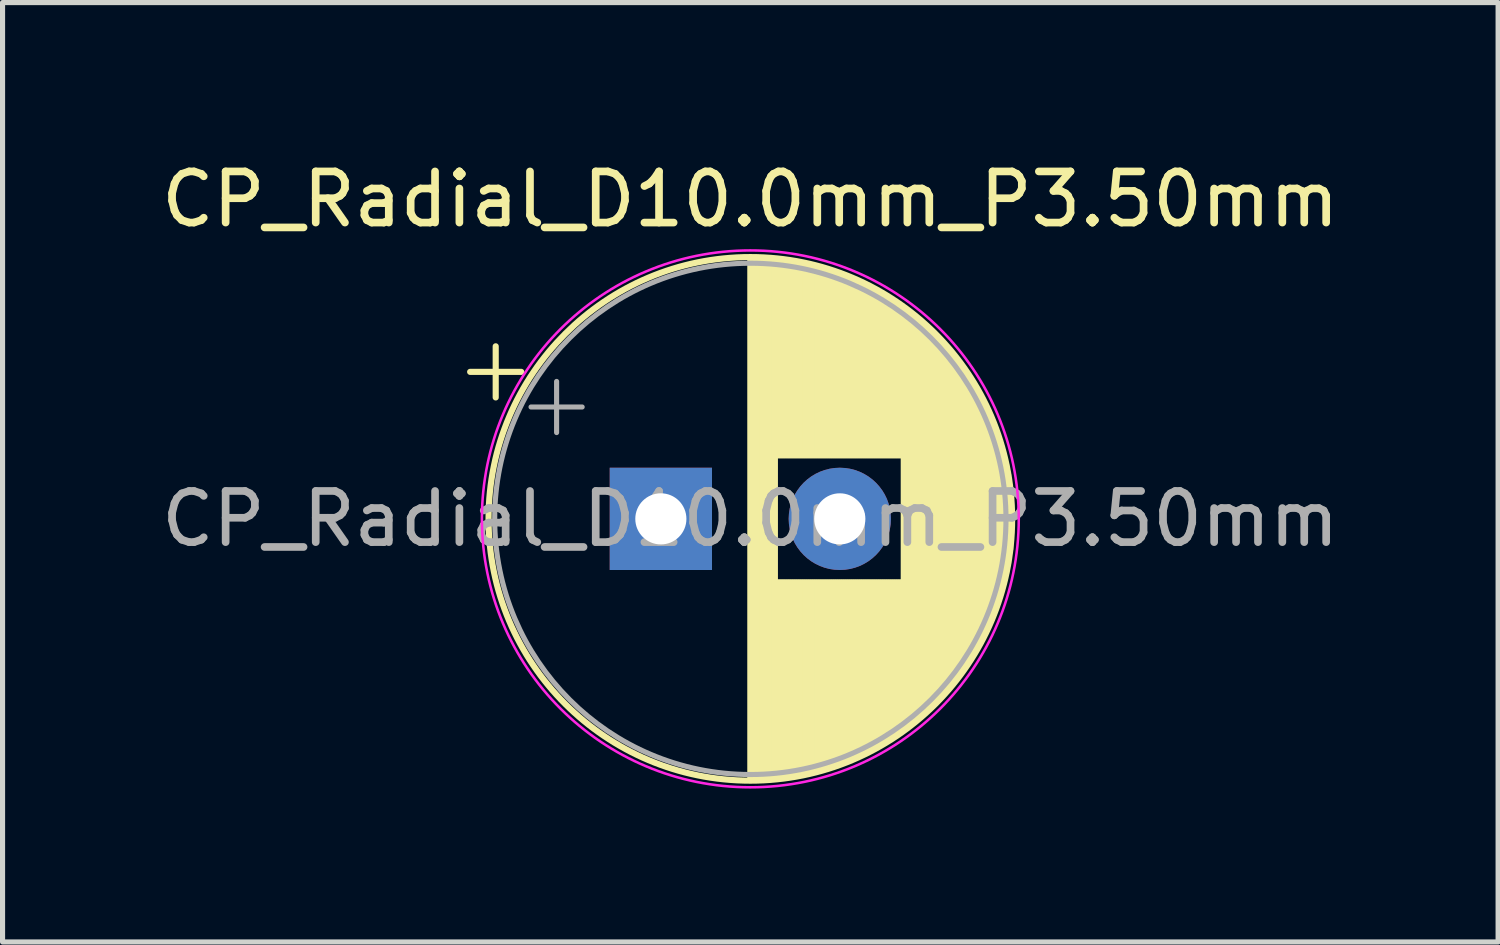
<source format=kicad_pcb>
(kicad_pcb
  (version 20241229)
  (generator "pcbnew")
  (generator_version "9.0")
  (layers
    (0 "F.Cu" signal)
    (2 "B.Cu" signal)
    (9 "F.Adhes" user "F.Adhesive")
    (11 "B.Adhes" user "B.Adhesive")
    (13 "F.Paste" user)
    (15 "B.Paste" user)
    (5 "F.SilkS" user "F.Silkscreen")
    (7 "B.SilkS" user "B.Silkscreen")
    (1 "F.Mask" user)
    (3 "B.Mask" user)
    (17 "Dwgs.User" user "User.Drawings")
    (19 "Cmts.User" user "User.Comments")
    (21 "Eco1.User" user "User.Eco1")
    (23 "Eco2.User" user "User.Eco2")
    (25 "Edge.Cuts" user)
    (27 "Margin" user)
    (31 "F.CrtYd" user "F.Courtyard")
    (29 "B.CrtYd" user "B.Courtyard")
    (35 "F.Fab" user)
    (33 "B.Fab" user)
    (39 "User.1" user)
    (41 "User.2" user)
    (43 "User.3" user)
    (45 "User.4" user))
  (footprint "CP_Radial_D10.0mm_P3.50mm"
    (layer "F.Cu")
    (at 9.875 7.098)
    (property "Reference" "CP_Radial_D10.0mm_P3.50mm" (at 1.75 -6.25 0) (layer "F.SilkS") (effects (font (size 1 1) (thickness 0.15))))
    (attr through_hole)
    (fp_line (start -3.73 -2.875) (end -2.73 -2.875) (stroke (width 0.12) (type solid)) (layer "F.SilkS"))
    (fp_line (start -3.23 -3.375) (end -3.23 -2.375) (stroke (width 0.12) (type solid)) (layer "F.SilkS"))
    (fp_line (start 1.75 -5.08) (end 1.75 5.08) (stroke (width 0.12) (type solid)) (layer "F.SilkS"))
    (fp_line (start 1.79 -5.08) (end 1.79 5.08) (stroke (width 0.12) (type solid)) (layer "F.SilkS"))
    (fp_line (start 1.83 -5.08) (end 1.83 5.08) (stroke (width 0.12) (type solid)) (layer "F.SilkS"))
    (fp_line (start 1.87 -5.079) (end 1.87 5.079) (stroke (width 0.12) (type solid)) (layer "F.SilkS"))
    (fp_line (start 1.91 -5.078) (end 1.91 5.078) (stroke (width 0.12) (type solid)) (layer "F.SilkS"))
    (fp_line (start 1.95 -5.077) (end 1.95 5.077) (stroke (width 0.12) (type solid)) (layer "F.SilkS"))
    (fp_line (start 1.99 -5.075) (end 1.99 5.075) (stroke (width 0.12) (type solid)) (layer "F.SilkS"))
    (fp_line (start 2.03 -5.073) (end 2.03 5.073) (stroke (width 0.12) (type solid)) (layer "F.SilkS"))
    (fp_line (start 2.07 -5.07) (end 2.07 5.07) (stroke (width 0.12) (type solid)) (layer "F.SilkS"))
    (fp_line (start 2.11 -5.068) (end 2.11 5.068) (stroke (width 0.12) (type solid)) (layer "F.SilkS"))
    (fp_line (start 2.15 -5.065) (end 2.15 5.065) (stroke (width 0.12) (type solid)) (layer "F.SilkS"))
    (fp_line (start 2.19 -5.062) (end 2.19 5.062) (stroke (width 0.12) (type solid)) (layer "F.SilkS"))
    (fp_line (start 2.23 -5.058) (end 2.23 5.058) (stroke (width 0.12) (type solid)) (layer "F.SilkS"))
    (fp_line (start 2.27 -5.054) (end 2.27 -1.241) (stroke (width 0.12) (type solid)) (layer "F.SilkS"))
    (fp_line (start 2.27 1.241) (end 2.27 5.054) (stroke (width 0.12) (type solid)) (layer "F.SilkS"))
    (fp_line (start 2.31 -5.05) (end 2.31 -1.241) (stroke (width 0.12) (type solid)) (layer "F.SilkS"))
    (fp_line (start 2.31 1.241) (end 2.31 5.05) (stroke (width 0.12) (type solid)) (layer "F.SilkS"))
    (fp_line (start 2.35 -5.045) (end 2.35 -1.241) (stroke (width 0.12) (type solid)) (layer "F.SilkS"))
    (fp_line (start 2.35 1.241) (end 2.35 5.045) (stroke (width 0.12) (type solid)) (layer "F.SilkS"))
    (fp_line (start 2.39 -5.04) (end 2.39 -1.241) (stroke (width 0.12) (type solid)) (layer "F.SilkS"))
    (fp_line (start 2.39 1.241) (end 2.39 5.04) (stroke (width 0.12) (type solid)) (layer "F.SilkS"))
    (fp_line (start 2.43 -5.035) (end 2.43 -1.241) (stroke (width 0.12) (type solid)) (layer "F.SilkS"))
    (fp_line (start 2.43 1.241) (end 2.43 5.035) (stroke (width 0.12) (type solid)) (layer "F.SilkS"))
    (fp_line (start 2.471 -5.03) (end 2.471 -1.241) (stroke (width 0.12) (type solid)) (layer "F.SilkS"))
    (fp_line (start 2.471 1.241) (end 2.471 5.03) (stroke (width 0.12) (type solid)) (layer "F.SilkS"))
    (fp_line (start 2.511 -5.024) (end 2.511 -1.241) (stroke (width 0.12) (type solid)) (layer "F.SilkS"))
    (fp_line (start 2.511 1.241) (end 2.511 5.024) (stroke (width 0.12) (type solid)) (layer "F.SilkS"))
    (fp_line (start 2.551 -5.018) (end 2.551 -1.241) (stroke (width 0.12) (type solid)) (layer "F.SilkS"))
    (fp_line (start 2.551 1.241) (end 2.551 5.018) (stroke (width 0.12) (type solid)) (layer "F.SilkS"))
    (fp_line (start 2.591 -5.011) (end 2.591 -1.241) (stroke (width 0.12) (type solid)) (layer "F.SilkS"))
    (fp_line (start 2.591 1.241) (end 2.591 5.011) (stroke (width 0.12) (type solid)) (layer "F.SilkS"))
    (fp_line (start 2.631 -5.004) (end 2.631 -1.241) (stroke (width 0.12) (type solid)) (layer "F.SilkS"))
    (fp_line (start 2.631 1.241) (end 2.631 5.004) (stroke (width 0.12) (type solid)) (layer "F.SilkS"))
    (fp_line (start 2.671 -4.997) (end 2.671 -1.241) (stroke (width 0.12) (type solid)) (layer "F.SilkS"))
    (fp_line (start 2.671 1.241) (end 2.671 4.997) (stroke (width 0.12) (type solid)) (layer "F.SilkS"))
    (fp_line (start 2.711 -4.99) (end 2.711 -1.241) (stroke (width 0.12) (type solid)) (layer "F.SilkS"))
    (fp_line (start 2.711 1.241) (end 2.711 4.99) (stroke (width 0.12) (type solid)) (layer "F.SilkS"))
    (fp_line (start 2.751 -4.982) (end 2.751 -1.241) (stroke (width 0.12) (type solid)) (layer "F.SilkS"))
    (fp_line (start 2.751 1.241) (end 2.751 4.982) (stroke (width 0.12) (type solid)) (layer "F.SilkS"))
    (fp_line (start 2.791 -4.974) (end 2.791 -1.241) (stroke (width 0.12) (type solid)) (layer "F.SilkS"))
    (fp_line (start 2.791 1.241) (end 2.791 4.974) (stroke (width 0.12) (type solid)) (layer "F.SilkS"))
    (fp_line (start 2.831 -4.965) (end 2.831 -1.241) (stroke (width 0.12) (type solid)) (layer "F.SilkS"))
    (fp_line (start 2.831 1.241) (end 2.831 4.965) (stroke (width 0.12) (type solid)) (layer "F.SilkS"))
    (fp_line (start 2.871 -4.956) (end 2.871 -1.241) (stroke (width 0.12) (type solid)) (layer "F.SilkS"))
    (fp_line (start 2.871 1.241) (end 2.871 4.956) (stroke (width 0.12) (type solid)) (layer "F.SilkS"))
    (fp_line (start 2.911 -4.947) (end 2.911 -1.241) (stroke (width 0.12) (type solid)) (layer "F.SilkS"))
    (fp_line (start 2.911 1.241) (end 2.911 4.947) (stroke (width 0.12) (type solid)) (layer "F.SilkS"))
    (fp_line (start 2.951 -4.938) (end 2.951 -1.241) (stroke (width 0.12) (type solid)) (layer "F.SilkS"))
    (fp_line (start 2.951 1.241) (end 2.951 4.938) (stroke (width 0.12) (type solid)) (layer "F.SilkS"))
    (fp_line (start 2.991 -4.928) (end 2.991 -1.241) (stroke (width 0.12) (type solid)) (layer "F.SilkS"))
    (fp_line (start 2.991 1.241) (end 2.991 4.928) (stroke (width 0.12) (type solid)) (layer "F.SilkS"))
    (fp_line (start 3.031 -4.918) (end 3.031 -1.241) (stroke (width 0.12) (type solid)) (layer "F.SilkS"))
    (fp_line (start 3.031 1.241) (end 3.031 4.918) (stroke (width 0.12) (type solid)) (layer "F.SilkS"))
    (fp_line (start 3.071 -4.907) (end 3.071 -1.241) (stroke (width 0.12) (type solid)) (layer "F.SilkS"))
    (fp_line (start 3.071 1.241) (end 3.071 4.907) (stroke (width 0.12) (type solid)) (layer "F.SilkS"))
    (fp_line (start 3.111 -4.897) (end 3.111 -1.241) (stroke (width 0.12) (type solid)) (layer "F.SilkS"))
    (fp_line (start 3.111 1.241) (end 3.111 4.897) (stroke (width 0.12) (type solid)) (layer "F.SilkS"))
    (fp_line (start 3.151 -4.885) (end 3.151 -1.241) (stroke (width 0.12) (type solid)) (layer "F.SilkS"))
    (fp_line (start 3.151 1.241) (end 3.151 4.885) (stroke (width 0.12) (type solid)) (layer "F.SilkS"))
    (fp_line (start 3.191 -4.874) (end 3.191 -1.241) (stroke (width 0.12) (type solid)) (layer "F.SilkS"))
    (fp_line (start 3.191 1.241) (end 3.191 4.874) (stroke (width 0.12) (type solid)) (layer "F.SilkS"))
    (fp_line (start 3.231 -4.862) (end 3.231 -1.241) (stroke (width 0.12) (type solid)) (layer "F.SilkS"))
    (fp_line (start 3.231 1.241) (end 3.231 4.862) (stroke (width 0.12) (type solid)) (layer "F.SilkS"))
    (fp_line (start 3.271 -4.85) (end 3.271 -1.241) (stroke (width 0.12) (type solid)) (layer "F.SilkS"))
    (fp_line (start 3.271 1.241) (end 3.271 4.85) (stroke (width 0.12) (type solid)) (layer "F.SilkS"))
    (fp_line (start 3.311 -4.837) (end 3.311 -1.241) (stroke (width 0.12) (type solid)) (layer "F.SilkS"))
    (fp_line (start 3.311 1.241) (end 3.311 4.837) (stroke (width 0.12) (type solid)) (layer "F.SilkS"))
    (fp_line (start 3.351 -4.824) (end 3.351 -1.241) (stroke (width 0.12) (type solid)) (layer "F.SilkS"))
    (fp_line (start 3.351 1.241) (end 3.351 4.824) (stroke (width 0.12) (type solid)) (layer "F.SilkS"))
    (fp_line (start 3.391 -4.811) (end 3.391 -1.241) (stroke (width 0.12) (type solid)) (layer "F.SilkS"))
    (fp_line (start 3.391 1.241) (end 3.391 4.811) (stroke (width 0.12) (type solid)) (layer "F.SilkS"))
    (fp_line (start 3.431 -4.797) (end 3.431 -1.241) (stroke (width 0.12) (type solid)) (layer "F.SilkS"))
    (fp_line (start 3.431 1.241) (end 3.431 4.797) (stroke (width 0.12) (type solid)) (layer "F.SilkS"))
    (fp_line (start 3.471 -4.783) (end 3.471 -1.241) (stroke (width 0.12) (type solid)) (layer "F.SilkS"))
    (fp_line (start 3.471 1.241) (end 3.471 4.783) (stroke (width 0.12) (type solid)) (layer "F.SilkS"))
    (fp_line (start 3.511 -4.768) (end 3.511 -1.241) (stroke (width 0.12) (type solid)) (layer "F.SilkS"))
    (fp_line (start 3.511 1.241) (end 3.511 4.768) (stroke (width 0.12) (type solid)) (layer "F.SilkS"))
    (fp_line (start 3.551 -4.754) (end 3.551 -1.241) (stroke (width 0.12) (type solid)) (layer "F.SilkS"))
    (fp_line (start 3.551 1.241) (end 3.551 4.754) (stroke (width 0.12) (type solid)) (layer "F.SilkS"))
    (fp_line (start 3.591 -4.738) (end 3.591 -1.241) (stroke (width 0.12) (type solid)) (layer "F.SilkS"))
    (fp_line (start 3.591 1.241) (end 3.591 4.738) (stroke (width 0.12) (type solid)) (layer "F.SilkS"))
    (fp_line (start 3.631 -4.723) (end 3.631 -1.241) (stroke (width 0.12) (type solid)) (layer "F.SilkS"))
    (fp_line (start 3.631 1.241) (end 3.631 4.723) (stroke (width 0.12) (type solid)) (layer "F.SilkS"))
    (fp_line (start 3.671 -4.707) (end 3.671 -1.241) (stroke (width 0.12) (type solid)) (layer "F.SilkS"))
    (fp_line (start 3.671 1.241) (end 3.671 4.707) (stroke (width 0.12) (type solid)) (layer "F.SilkS"))
    (fp_line (start 3.711 -4.69) (end 3.711 -1.241) (stroke (width 0.12) (type solid)) (layer "F.SilkS"))
    (fp_line (start 3.711 1.241) (end 3.711 4.69) (stroke (width 0.12) (type solid)) (layer "F.SilkS"))
    (fp_line (start 3.751 -4.674) (end 3.751 -1.241) (stroke (width 0.12) (type solid)) (layer "F.SilkS"))
    (fp_line (start 3.751 1.241) (end 3.751 4.674) (stroke (width 0.12) (type solid)) (layer "F.SilkS"))
    (fp_line (start 3.791 -4.657) (end 3.791 -1.241) (stroke (width 0.12) (type solid)) (layer "F.SilkS"))
    (fp_line (start 3.791 1.241) (end 3.791 4.657) (stroke (width 0.12) (type solid)) (layer "F.SilkS"))
    (fp_line (start 3.831 -4.639) (end 3.831 -1.241) (stroke (width 0.12) (type solid)) (layer "F.SilkS"))
    (fp_line (start 3.831 1.241) (end 3.831 4.639) (stroke (width 0.12) (type solid)) (layer "F.SilkS"))
    (fp_line (start 3.871 -4.621) (end 3.871 -1.241) (stroke (width 0.12) (type solid)) (layer "F.SilkS"))
    (fp_line (start 3.871 1.241) (end 3.871 4.621) (stroke (width 0.12) (type solid)) (layer "F.SilkS"))
    (fp_line (start 3.911 -4.603) (end 3.911 -1.241) (stroke (width 0.12) (type solid)) (layer "F.SilkS"))
    (fp_line (start 3.911 1.241) (end 3.911 4.603) (stroke (width 0.12) (type solid)) (layer "F.SilkS"))
    (fp_line (start 3.951 -4.584) (end 3.951 -1.241) (stroke (width 0.12) (type solid)) (layer "F.SilkS"))
    (fp_line (start 3.951 1.241) (end 3.951 4.584) (stroke (width 0.12) (type solid)) (layer "F.SilkS"))
    (fp_line (start 3.991 -4.564) (end 3.991 -1.241) (stroke (width 0.12) (type solid)) (layer "F.SilkS"))
    (fp_line (start 3.991 1.241) (end 3.991 4.564) (stroke (width 0.12) (type solid)) (layer "F.SilkS"))
    (fp_line (start 4.031 -4.545) (end 4.031 -1.241) (stroke (width 0.12) (type solid)) (layer "F.SilkS"))
    (fp_line (start 4.031 1.241) (end 4.031 4.545) (stroke (width 0.12) (type solid)) (layer "F.SilkS"))
    (fp_line (start 4.071 -4.525) (end 4.071 -1.241) (stroke (width 0.12) (type solid)) (layer "F.SilkS"))
    (fp_line (start 4.071 1.241) (end 4.071 4.525) (stroke (width 0.12) (type solid)) (layer "F.SilkS"))
    (fp_line (start 4.111 -4.504) (end 4.111 -1.241) (stroke (width 0.12) (type solid)) (layer "F.SilkS"))
    (fp_line (start 4.111 1.241) (end 4.111 4.504) (stroke (width 0.12) (type solid)) (layer "F.SilkS"))
    (fp_line (start 4.151 -4.483) (end 4.151 -1.241) (stroke (width 0.12) (type solid)) (layer "F.SilkS"))
    (fp_line (start 4.151 1.241) (end 4.151 4.483) (stroke (width 0.12) (type solid)) (layer "F.SilkS"))
    (fp_line (start 4.191 -4.462) (end 4.191 -1.241) (stroke (width 0.12) (type solid)) (layer "F.SilkS"))
    (fp_line (start 4.191 1.241) (end 4.191 4.462) (stroke (width 0.12) (type solid)) (layer "F.SilkS"))
    (fp_line (start 4.231 -4.44) (end 4.231 -1.241) (stroke (width 0.12) (type solid)) (layer "F.SilkS"))
    (fp_line (start 4.231 1.241) (end 4.231 4.44) (stroke (width 0.12) (type solid)) (layer "F.SilkS"))
    (fp_line (start 4.271 -4.417) (end 4.271 -1.241) (stroke (width 0.12) (type solid)) (layer "F.SilkS"))
    (fp_line (start 4.271 1.241) (end 4.271 4.417) (stroke (width 0.12) (type solid)) (layer "F.SilkS"))
    (fp_line (start 4.311 -4.395) (end 4.311 -1.241) (stroke (width 0.12) (type solid)) (layer "F.SilkS"))
    (fp_line (start 4.311 1.241) (end 4.311 4.395) (stroke (width 0.12) (type solid)) (layer "F.SilkS"))
    (fp_line (start 4.351 -4.371) (end 4.351 -1.241) (stroke (width 0.12) (type solid)) (layer "F.SilkS"))
    (fp_line (start 4.351 1.241) (end 4.351 4.371) (stroke (width 0.12) (type solid)) (layer "F.SilkS"))
    (fp_line (start 4.391 -4.347) (end 4.391 -1.241) (stroke (width 0.12) (type solid)) (layer "F.SilkS"))
    (fp_line (start 4.391 1.241) (end 4.391 4.347) (stroke (width 0.12) (type solid)) (layer "F.SilkS"))
    (fp_line (start 4.431 -4.323) (end 4.431 -1.241) (stroke (width 0.12) (type solid)) (layer "F.SilkS"))
    (fp_line (start 4.431 1.241) (end 4.431 4.323) (stroke (width 0.12) (type solid)) (layer "F.SilkS"))
    (fp_line (start 4.471 -4.298) (end 4.471 -1.241) (stroke (width 0.12) (type solid)) (layer "F.SilkS"))
    (fp_line (start 4.471 1.241) (end 4.471 4.298) (stroke (width 0.12) (type solid)) (layer "F.SilkS"))
    (fp_line (start 4.511 -4.273) (end 4.511 -1.241) (stroke (width 0.12) (type solid)) (layer "F.SilkS"))
    (fp_line (start 4.511 1.241) (end 4.511 4.273) (stroke (width 0.12) (type solid)) (layer "F.SilkS"))
    (fp_line (start 4.551 -4.247) (end 4.551 -1.241) (stroke (width 0.12) (type solid)) (layer "F.SilkS"))
    (fp_line (start 4.551 1.241) (end 4.551 4.247) (stroke (width 0.12) (type solid)) (layer "F.SilkS"))
    (fp_line (start 4.591 -4.221) (end 4.591 -1.241) (stroke (width 0.12) (type solid)) (layer "F.SilkS"))
    (fp_line (start 4.591 1.241) (end 4.591 4.221) (stroke (width 0.12) (type solid)) (layer "F.SilkS"))
    (fp_line (start 4.631 -4.194) (end 4.631 -1.241) (stroke (width 0.12) (type solid)) (layer "F.SilkS"))
    (fp_line (start 4.631 1.241) (end 4.631 4.194) (stroke (width 0.12) (type solid)) (layer "F.SilkS"))
    (fp_line (start 4.671 -4.166) (end 4.671 -1.241) (stroke (width 0.12) (type solid)) (layer "F.SilkS"))
    (fp_line (start 4.671 1.241) (end 4.671 4.166) (stroke (width 0.12) (type solid)) (layer "F.SilkS"))
    (fp_line (start 4.711 -4.138) (end 4.711 -1.241) (stroke (width 0.12) (type solid)) (layer "F.SilkS"))
    (fp_line (start 4.711 1.241) (end 4.711 4.138) (stroke (width 0.12) (type solid)) (layer "F.SilkS"))
    (fp_line (start 4.751 -4.11) (end 4.751 4.11) (stroke (width 0.12) (type solid)) (layer "F.SilkS"))
    (fp_line (start 4.791 -4.08) (end 4.791 4.08) (stroke (width 0.12) (type solid)) (layer "F.SilkS"))
    (fp_line (start 4.831 -4.05) (end 4.831 4.05) (stroke (width 0.12) (type solid)) (layer "F.SilkS"))
    (fp_line (start 4.871 -4.02) (end 4.871 4.02) (stroke (width 0.12) (type solid)) (layer "F.SilkS"))
    (fp_line (start 4.911 -3.989) (end 4.911 3.989) (stroke (width 0.12) (type solid)) (layer "F.SilkS"))
    (fp_line (start 4.951 -3.957) (end 4.951 3.957) (stroke (width 0.12) (type solid)) (layer "F.SilkS"))
    (fp_line (start 4.991 -3.925) (end 4.991 3.925) (stroke (width 0.12) (type solid)) (layer "F.SilkS"))
    (fp_line (start 5.031 -3.892) (end 5.031 3.892) (stroke (width 0.12) (type solid)) (layer "F.SilkS"))
    (fp_line (start 5.071 -3.858) (end 5.071 3.858) (stroke (width 0.12) (type solid)) (layer "F.SilkS"))
    (fp_line (start 5.111 -3.824) (end 5.111 3.824) (stroke (width 0.12) (type solid)) (layer "F.SilkS"))
    (fp_line (start 5.151 -3.789) (end 5.151 3.789) (stroke (width 0.12) (type solid)) (layer "F.SilkS"))
    (fp_line (start 5.191 -3.753) (end 5.191 3.753) (stroke (width 0.12) (type solid)) (layer "F.SilkS"))
    (fp_line (start 5.231 -3.716) (end 5.231 3.716) (stroke (width 0.12) (type solid)) (layer "F.SilkS"))
    (fp_line (start 5.271 -3.679) (end 5.271 3.679) (stroke (width 0.12) (type solid)) (layer "F.SilkS"))
    (fp_line (start 5.311 -3.64) (end 5.311 3.64) (stroke (width 0.12) (type solid)) (layer "F.SilkS"))
    (fp_line (start 5.351 -3.601) (end 5.351 3.601) (stroke (width 0.12) (type solid)) (layer "F.SilkS"))
    (fp_line (start 5.391 -3.561) (end 5.391 3.561) (stroke (width 0.12) (type solid)) (layer "F.SilkS"))
    (fp_line (start 5.431 -3.52) (end 5.431 3.52) (stroke (width 0.12) (type solid)) (layer "F.SilkS"))
    (fp_line (start 5.471 -3.478) (end 5.471 3.478) (stroke (width 0.12) (type solid)) (layer "F.SilkS"))
    (fp_line (start 5.511 -3.436) (end 5.511 3.436) (stroke (width 0.12) (type solid)) (layer "F.SilkS"))
    (fp_line (start 5.551 -3.392) (end 5.551 3.392) (stroke (width 0.12) (type solid)) (layer "F.SilkS"))
    (fp_line (start 5.591 -3.347) (end 5.591 3.347) (stroke (width 0.12) (type solid)) (layer "F.SilkS"))
    (fp_line (start 5.631 -3.301) (end 5.631 3.301) (stroke (width 0.12) (type solid)) (layer "F.SilkS"))
    (fp_line (start 5.671 -3.254) (end 5.671 3.254) (stroke (width 0.12) (type solid)) (layer "F.SilkS"))
    (fp_line (start 5.711 -3.206) (end 5.711 3.206) (stroke (width 0.12) (type solid)) (layer "F.SilkS"))
    (fp_line (start 5.751 -3.156) (end 5.751 3.156) (stroke (width 0.12) (type solid)) (layer "F.SilkS"))
    (fp_line (start 5.791 -3.106) (end 5.791 3.106) (stroke (width 0.12) (type solid)) (layer "F.SilkS"))
    (fp_line (start 5.831 -3.054) (end 5.831 3.054) (stroke (width 0.12) (type solid)) (layer "F.SilkS"))
    (fp_line (start 5.871 -3) (end 5.871 3) (stroke (width 0.12) (type solid)) (layer "F.SilkS"))
    (fp_line (start 5.911 -2.945) (end 5.911 2.945) (stroke (width 0.12) (type solid)) (layer "F.SilkS"))
    (fp_line (start 5.951 -2.889) (end 5.951 2.889) (stroke (width 0.12) (type solid)) (layer "F.SilkS"))
    (fp_line (start 5.991 -2.83) (end 5.991 2.83) (stroke (width 0.12) (type solid)) (layer "F.SilkS"))
    (fp_line (start 6.031 -2.77) (end 6.031 2.77) (stroke (width 0.12) (type solid)) (layer "F.SilkS"))
    (fp_line (start 6.071 -2.709) (end 6.071 2.709) (stroke (width 0.12) (type solid)) (layer "F.SilkS"))
    (fp_line (start 6.111 -2.645) (end 6.111 2.645) (stroke (width 0.12) (type solid)) (layer "F.SilkS"))
    (fp_line (start 6.151 -2.579) (end 6.151 2.579) (stroke (width 0.12) (type solid)) (layer "F.SilkS"))
    (fp_line (start 6.191 -2.51) (end 6.191 2.51) (stroke (width 0.12) (type solid)) (layer "F.SilkS"))
    (fp_line (start 6.231 -2.439) (end 6.231 2.439) (stroke (width 0.12) (type solid)) (layer "F.SilkS"))
    (fp_line (start 6.271 -2.365) (end 6.271 2.365) (stroke (width 0.12) (type solid)) (layer "F.SilkS"))
    (fp_line (start 6.311 -2.289) (end 6.311 2.289) (stroke (width 0.12) (type solid)) (layer "F.SilkS"))
    (fp_line (start 6.351 -2.209) (end 6.351 2.209) (stroke (width 0.12) (type solid)) (layer "F.SilkS"))
    (fp_line (start 6.391 -2.125) (end 6.391 2.125) (stroke (width 0.12) (type solid)) (layer "F.SilkS"))
    (fp_line (start 6.431 -2.037) (end 6.431 2.037) (stroke (width 0.12) (type solid)) (layer "F.SilkS"))
    (fp_line (start 6.471 -1.944) (end 6.471 1.944) (stroke (width 0.12) (type solid)) (layer "F.SilkS"))
    (fp_line (start 6.511 -1.846) (end 6.511 1.846) (stroke (width 0.12) (type solid)) (layer "F.SilkS"))
    (fp_line (start 6.551 -1.742) (end 6.551 1.742) (stroke (width 0.12) (type solid)) (layer "F.SilkS"))
    (fp_line (start 6.591 -1.63) (end 6.591 1.63) (stroke (width 0.12) (type solid)) (layer "F.SilkS"))
    (fp_line (start 6.631 -1.51) (end 6.631 1.51) (stroke (width 0.12) (type solid)) (layer "F.SilkS"))
    (fp_line (start 6.671 -1.378) (end 6.671 1.378) (stroke (width 0.12) (type solid)) (layer "F.SilkS"))
    (fp_line (start 6.711 -1.23) (end 6.711 1.23) (stroke (width 0.12) (type solid)) (layer "F.SilkS"))
    (fp_line (start 6.751 -1.062) (end 6.751 1.062) (stroke (width 0.12) (type solid)) (layer "F.SilkS"))
    (fp_line (start 6.791 -0.862) (end 6.791 0.862) (stroke (width 0.12) (type solid)) (layer "F.SilkS"))
    (fp_line (start 6.831 -0.599) (end 6.831 0.599) (stroke (width 0.12) (type solid)) (layer "F.SilkS"))
    (fp_circle (center 1.75 0) (end 6.87 0) (stroke (width 0.12) (type solid)) (fill no) (layer "F.SilkS"))
    (fp_circle (center 1.75 0) (end 7 0) (stroke (width 0.05) (type solid)) (fill no) (layer "F.CrtYd"))
    (fp_line (start -2.539 -2.188) (end -1.539 -2.188) (stroke (width 0.1) (type solid)) (layer "F.Fab"))
    (fp_line (start -2.039 -2.688) (end -2.039 -1.688) (stroke (width 0.1) (type solid)) (layer "F.Fab"))
    (fp_circle (center 1.75 0) (end 6.75 0) (stroke (width 0.1) (type solid)) (fill no) (layer "F.Fab"))
    (fp_text user "${REFERENCE}" (at 1.75 0 0) (layer "F.Fab") (effects (font (size 1 1) (thickness 0.15))))
    (pad "1" thru_hole rect (at 0 0) (size 2 2) (drill 1) (layers "*.Cu" "*.Mask"))
    (pad "2" thru_hole circle (at 3.5 0) (size 2 2) (drill 1) (layers "*.Cu" "*.Mask")))
  (gr_rect
    (start -3 -3)
    (end 26.25 15.373)
    (stroke (width 0.1) (type default))
    (fill no)
    (layer "Edge.Cuts")))
</source>
